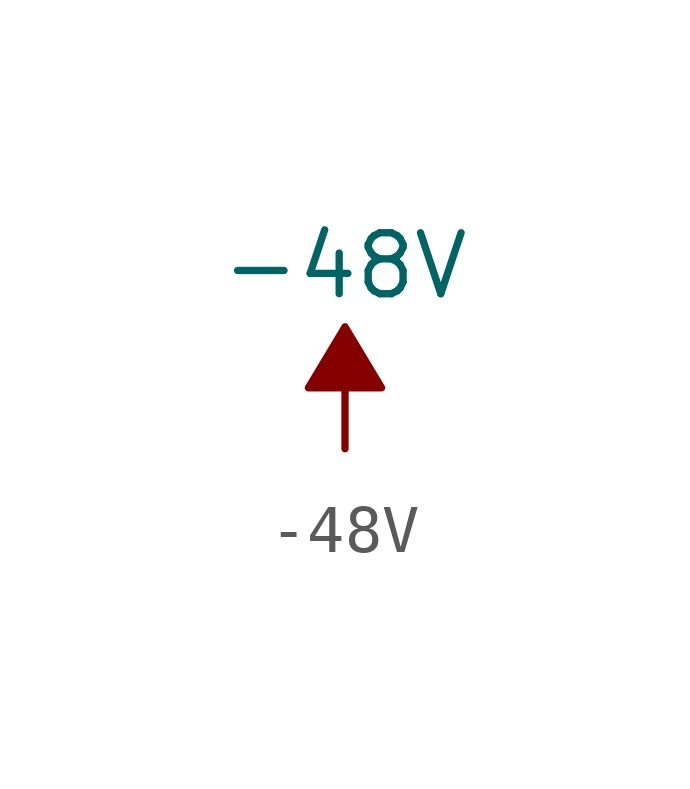
<source format=kicad_sym>
(kicad_symbol_lib
  (version 20211014)
  (generator kicad_symbol_editor)
  (symbol "-48V"
    (pin_names
      (offset 0))
    (property "Reference" "#PWR"
      (at 0 2.54 0)
      (effects (font (size 1.27 1.27)) hide))
    (property "Value" "-48V"
      (at 0 3.81 0)
      (effects (font (size 1.27 1.27))))
    (property "Footprint" ""
      (at 0 0 0)
      (effects (font (size 1.524 1.524))))
    (property "Datasheet" ""
      (at 0 0 0)
      (effects (font (size 1.524 1.524))))
    (symbol "-48V_0_0"
      (pin power_in line (at 0 0 90) (length 0) hide (name "-48V" (effects (font (size 0.508 0.508)))) (number "1" (effects (font (size 0.508 0.508))))))
    (symbol "-48V_0_1"
      (polyline (pts (xy 0 0) (xy 0 1.27) (xy 0.762 1.27) (xy 0 2.54) (xy -0.762 1.27) (xy 0 1.27)) (stroke (width 0) (type default) (color 0 0 0 0)) (fill (type outline))))))
</source>
